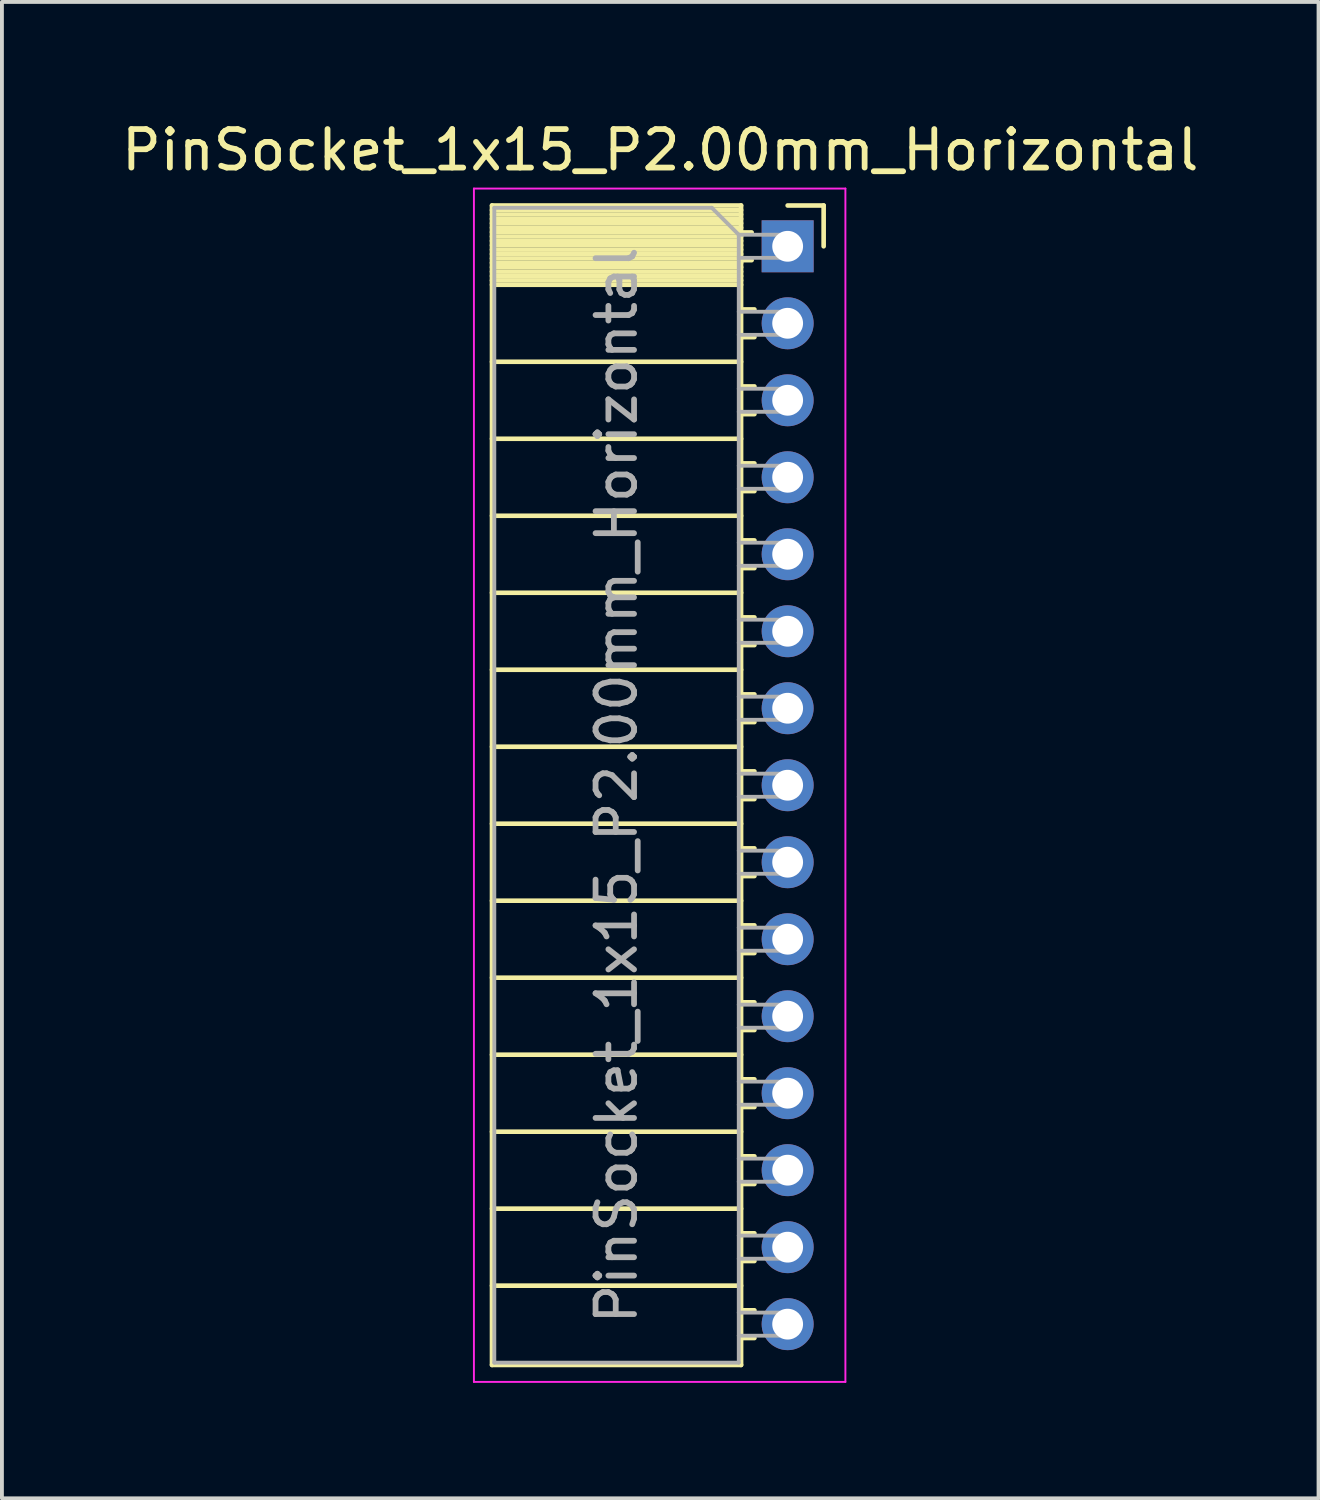
<source format=kicad_pcb>
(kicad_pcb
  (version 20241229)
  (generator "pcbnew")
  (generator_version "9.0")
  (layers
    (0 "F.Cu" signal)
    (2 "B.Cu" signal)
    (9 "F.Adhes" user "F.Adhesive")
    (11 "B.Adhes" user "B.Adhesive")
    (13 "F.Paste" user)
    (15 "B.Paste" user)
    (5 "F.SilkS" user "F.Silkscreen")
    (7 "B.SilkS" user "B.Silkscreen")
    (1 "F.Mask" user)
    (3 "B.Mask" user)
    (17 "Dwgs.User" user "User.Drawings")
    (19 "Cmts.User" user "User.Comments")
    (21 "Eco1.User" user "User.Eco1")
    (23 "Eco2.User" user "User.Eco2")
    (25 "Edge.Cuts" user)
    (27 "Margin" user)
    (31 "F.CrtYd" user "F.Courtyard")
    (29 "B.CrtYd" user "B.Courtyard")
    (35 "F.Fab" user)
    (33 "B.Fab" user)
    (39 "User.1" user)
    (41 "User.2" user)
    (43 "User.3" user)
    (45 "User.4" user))
  (footprint "PinSocket_1x15_P2.00mm_Horizontal"
    (layer "F.Cu")
    (at 17.411 3.348)
    (property "Reference" "PinSocket_1x15_P2.00mm_Horizontal" (at -3.31 -2.5 0) (layer "F.SilkS") (effects (font (size 1 1) (thickness 0.15))))
    (attr through_hole)
    (fp_line (start -7.68 -1.06) (end -7.68 29.06) (stroke (width 0.12) (type solid)) (layer "F.SilkS"))
    (fp_line (start -7.68 -1.06) (end -1.21 -1.06) (stroke (width 0.12) (type solid)) (layer "F.SilkS"))
    (fp_line (start -7.68 -0.94) (end -1.21 -0.94) (stroke (width 0.12) (type solid)) (layer "F.SilkS"))
    (fp_line (start -7.68 -0.826) (end -1.21 -0.826) (stroke (width 0.12) (type solid)) (layer "F.SilkS"))
    (fp_line (start -7.68 -0.712) (end -1.21 -0.712) (stroke (width 0.12) (type solid)) (layer "F.SilkS"))
    (fp_line (start -7.68 -0.598) (end -1.21 -0.598) (stroke (width 0.12) (type solid)) (layer "F.SilkS"))
    (fp_line (start -7.68 -0.484) (end -1.21 -0.484) (stroke (width 0.12) (type solid)) (layer "F.SilkS"))
    (fp_line (start -7.68 -0.369) (end -1.21 -0.369) (stroke (width 0.12) (type solid)) (layer "F.SilkS"))
    (fp_line (start -7.68 -0.255) (end -1.21 -0.255) (stroke (width 0.12) (type solid)) (layer "F.SilkS"))
    (fp_line (start -7.68 -0.141) (end -1.21 -0.141) (stroke (width 0.12) (type solid)) (layer "F.SilkS"))
    (fp_line (start -7.68 -0.027) (end -1.21 -0.027) (stroke (width 0.12) (type solid)) (layer "F.SilkS"))
    (fp_line (start -7.68 0.087) (end -1.21 0.087) (stroke (width 0.12) (type solid)) (layer "F.SilkS"))
    (fp_line (start -7.68 0.201) (end -1.21 0.201) (stroke (width 0.12) (type solid)) (layer "F.SilkS"))
    (fp_line (start -7.68 0.315) (end -1.21 0.315) (stroke (width 0.12) (type solid)) (layer "F.SilkS"))
    (fp_line (start -7.68 0.429) (end -1.21 0.429) (stroke (width 0.12) (type solid)) (layer "F.SilkS"))
    (fp_line (start -7.68 0.544) (end -1.21 0.544) (stroke (width 0.12) (type solid)) (layer "F.SilkS"))
    (fp_line (start -7.68 0.658) (end -1.21 0.658) (stroke (width 0.12) (type solid)) (layer "F.SilkS"))
    (fp_line (start -7.68 0.772) (end -1.21 0.772) (stroke (width 0.12) (type solid)) (layer "F.SilkS"))
    (fp_line (start -7.68 0.886) (end -1.21 0.886) (stroke (width 0.12) (type solid)) (layer "F.SilkS"))
    (fp_line (start -7.68 1) (end -1.21 1) (stroke (width 0.12) (type solid)) (layer "F.SilkS"))
    (fp_line (start -7.68 3) (end -1.21 3) (stroke (width 0.12) (type solid)) (layer "F.SilkS"))
    (fp_line (start -7.68 5) (end -1.21 5) (stroke (width 0.12) (type solid)) (layer "F.SilkS"))
    (fp_line (start -7.68 7) (end -1.21 7) (stroke (width 0.12) (type solid)) (layer "F.SilkS"))
    (fp_line (start -7.68 9) (end -1.21 9) (stroke (width 0.12) (type solid)) (layer "F.SilkS"))
    (fp_line (start -7.68 11) (end -1.21 11) (stroke (width 0.12) (type solid)) (layer "F.SilkS"))
    (fp_line (start -7.68 13) (end -1.21 13) (stroke (width 0.12) (type solid)) (layer "F.SilkS"))
    (fp_line (start -7.68 15) (end -1.21 15) (stroke (width 0.12) (type solid)) (layer "F.SilkS"))
    (fp_line (start -7.68 17) (end -1.21 17) (stroke (width 0.12) (type solid)) (layer "F.SilkS"))
    (fp_line (start -7.68 19) (end -1.21 19) (stroke (width 0.12) (type solid)) (layer "F.SilkS"))
    (fp_line (start -7.68 21) (end -1.21 21) (stroke (width 0.12) (type solid)) (layer "F.SilkS"))
    (fp_line (start -7.68 23) (end -1.21 23) (stroke (width 0.12) (type solid)) (layer "F.SilkS"))
    (fp_line (start -7.68 25) (end -1.21 25) (stroke (width 0.12) (type solid)) (layer "F.SilkS"))
    (fp_line (start -7.68 27) (end -1.21 27) (stroke (width 0.12) (type solid)) (layer "F.SilkS"))
    (fp_line (start -7.68 29.06) (end -1.21 29.06) (stroke (width 0.12) (type solid)) (layer "F.SilkS"))
    (fp_line (start -1.21 -1.06) (end -1.21 29.06) (stroke (width 0.12) (type solid)) (layer "F.SilkS"))
    (fp_line (start -1.21 -0.36) (end -0.935 -0.36) (stroke (width 0.12) (type solid)) (layer "F.SilkS"))
    (fp_line (start -1.21 0.36) (end -0.935 0.36) (stroke (width 0.12) (type solid)) (layer "F.SilkS"))
    (fp_line (start -1.21 1.64) (end -0.863 1.64) (stroke (width 0.12) (type solid)) (layer "F.SilkS"))
    (fp_line (start -1.21 2.36) (end -0.863 2.36) (stroke (width 0.12) (type solid)) (layer "F.SilkS"))
    (fp_line (start -1.21 3.64) (end -0.863 3.64) (stroke (width 0.12) (type solid)) (layer "F.SilkS"))
    (fp_line (start -1.21 4.36) (end -0.863 4.36) (stroke (width 0.12) (type solid)) (layer "F.SilkS"))
    (fp_line (start -1.21 5.64) (end -0.863 5.64) (stroke (width 0.12) (type solid)) (layer "F.SilkS"))
    (fp_line (start -1.21 6.36) (end -0.863 6.36) (stroke (width 0.12) (type solid)) (layer "F.SilkS"))
    (fp_line (start -1.21 7.64) (end -0.863 7.64) (stroke (width 0.12) (type solid)) (layer "F.SilkS"))
    (fp_line (start -1.21 8.36) (end -0.863 8.36) (stroke (width 0.12) (type solid)) (layer "F.SilkS"))
    (fp_line (start -1.21 9.64) (end -0.863 9.64) (stroke (width 0.12) (type solid)) (layer "F.SilkS"))
    (fp_line (start -1.21 10.36) (end -0.863 10.36) (stroke (width 0.12) (type solid)) (layer "F.SilkS"))
    (fp_line (start -1.21 11.64) (end -0.863 11.64) (stroke (width 0.12) (type solid)) (layer "F.SilkS"))
    (fp_line (start -1.21 12.36) (end -0.863 12.36) (stroke (width 0.12) (type solid)) (layer "F.SilkS"))
    (fp_line (start -1.21 13.64) (end -0.863 13.64) (stroke (width 0.12) (type solid)) (layer "F.SilkS"))
    (fp_line (start -1.21 14.36) (end -0.863 14.36) (stroke (width 0.12) (type solid)) (layer "F.SilkS"))
    (fp_line (start -1.21 15.64) (end -0.863 15.64) (stroke (width 0.12) (type solid)) (layer "F.SilkS"))
    (fp_line (start -1.21 16.36) (end -0.863 16.36) (stroke (width 0.12) (type solid)) (layer "F.SilkS"))
    (fp_line (start -1.21 17.64) (end -0.863 17.64) (stroke (width 0.12) (type solid)) (layer "F.SilkS"))
    (fp_line (start -1.21 18.36) (end -0.863 18.36) (stroke (width 0.12) (type solid)) (layer "F.SilkS"))
    (fp_line (start -1.21 19.64) (end -0.863 19.64) (stroke (width 0.12) (type solid)) (layer "F.SilkS"))
    (fp_line (start -1.21 20.36) (end -0.863 20.36) (stroke (width 0.12) (type solid)) (layer "F.SilkS"))
    (fp_line (start -1.21 21.64) (end -0.863 21.64) (stroke (width 0.12) (type solid)) (layer "F.SilkS"))
    (fp_line (start -1.21 22.36) (end -0.863 22.36) (stroke (width 0.12) (type solid)) (layer "F.SilkS"))
    (fp_line (start -1.21 23.64) (end -0.863 23.64) (stroke (width 0.12) (type solid)) (layer "F.SilkS"))
    (fp_line (start -1.21 24.36) (end -0.863 24.36) (stroke (width 0.12) (type solid)) (layer "F.SilkS"))
    (fp_line (start -1.21 25.64) (end -0.863 25.64) (stroke (width 0.12) (type solid)) (layer "F.SilkS"))
    (fp_line (start -1.21 26.36) (end -0.863 26.36) (stroke (width 0.12) (type solid)) (layer "F.SilkS"))
    (fp_line (start -1.21 27.64) (end -0.863 27.64) (stroke (width 0.12) (type solid)) (layer "F.SilkS"))
    (fp_line (start -1.21 28.36) (end -0.863 28.36) (stroke (width 0.12) (type solid)) (layer "F.SilkS"))
    (fp_line (start 0 -1.06) (end 0.935 -1.06) (stroke (width 0.12) (type solid)) (layer "F.SilkS"))
    (fp_line (start 0.935 -1.06) (end 0.935 0) (stroke (width 0.12) (type solid)) (layer "F.SilkS"))
    (fp_line (start -8.15 -1.5) (end -8.15 29.5) (stroke (width 0.05) (type solid)) (layer "F.CrtYd"))
    (fp_line (start -8.15 29.5) (end 1.5 29.5) (stroke (width 0.05) (type solid)) (layer "F.CrtYd"))
    (fp_line (start 1.5 -1.5) (end -8.15 -1.5) (stroke (width 0.05) (type solid)) (layer "F.CrtYd"))
    (fp_line (start 1.5 29.5) (end 1.5 -1.5) (stroke (width 0.05) (type solid)) (layer "F.CrtYd"))
    (fp_line (start -7.62 -1) (end -1.97 -1) (stroke (width 0.1) (type solid)) (layer "F.Fab"))
    (fp_line (start -7.62 29) (end -7.62 -1) (stroke (width 0.1) (type solid)) (layer "F.Fab"))
    (fp_line (start -1.97 -1) (end -1.27 -0.3) (stroke (width 0.1) (type solid)) (layer "F.Fab"))
    (fp_line (start -1.27 -0.3) (end -1.27 29) (stroke (width 0.1) (type solid)) (layer "F.Fab"))
    (fp_line (start -1.27 0.3) (end 0 0.3) (stroke (width 0.1) (type solid)) (layer "F.Fab"))
    (fp_line (start -1.27 2.3) (end 0 2.3) (stroke (width 0.1) (type solid)) (layer "F.Fab"))
    (fp_line (start -1.27 4.3) (end 0 4.3) (stroke (width 0.1) (type solid)) (layer "F.Fab"))
    (fp_line (start -1.27 6.3) (end 0 6.3) (stroke (width 0.1) (type solid)) (layer "F.Fab"))
    (fp_line (start -1.27 8.3) (end 0 8.3) (stroke (width 0.1) (type solid)) (layer "F.Fab"))
    (fp_line (start -1.27 10.3) (end 0 10.3) (stroke (width 0.1) (type solid)) (layer "F.Fab"))
    (fp_line (start -1.27 12.3) (end 0 12.3) (stroke (width 0.1) (type solid)) (layer "F.Fab"))
    (fp_line (start -1.27 14.3) (end 0 14.3) (stroke (width 0.1) (type solid)) (layer "F.Fab"))
    (fp_line (start -1.27 16.3) (end 0 16.3) (stroke (width 0.1) (type solid)) (layer "F.Fab"))
    (fp_line (start -1.27 18.3) (end 0 18.3) (stroke (width 0.1) (type solid)) (layer "F.Fab"))
    (fp_line (start -1.27 20.3) (end 0 20.3) (stroke (width 0.1) (type solid)) (layer "F.Fab"))
    (fp_line (start -1.27 22.3) (end 0 22.3) (stroke (width 0.1) (type solid)) (layer "F.Fab"))
    (fp_line (start -1.27 24.3) (end 0 24.3) (stroke (width 0.1) (type solid)) (layer "F.Fab"))
    (fp_line (start -1.27 26.3) (end 0 26.3) (stroke (width 0.1) (type solid)) (layer "F.Fab"))
    (fp_line (start -1.27 28.3) (end 0 28.3) (stroke (width 0.1) (type solid)) (layer "F.Fab"))
    (fp_line (start -1.27 29) (end -7.62 29) (stroke (width 0.1) (type solid)) (layer "F.Fab"))
    (fp_line (start 0 -0.3) (end -1.27 -0.3) (stroke (width 0.1) (type solid)) (layer "F.Fab"))
    (fp_line (start 0 0.3) (end 0 -0.3) (stroke (width 0.1) (type solid)) (layer "F.Fab"))
    (fp_line (start 0 1.7) (end -1.27 1.7) (stroke (width 0.1) (type solid)) (layer "F.Fab"))
    (fp_line (start 0 2.3) (end 0 1.7) (stroke (width 0.1) (type solid)) (layer "F.Fab"))
    (fp_line (start 0 3.7) (end -1.27 3.7) (stroke (width 0.1) (type solid)) (layer "F.Fab"))
    (fp_line (start 0 4.3) (end 0 3.7) (stroke (width 0.1) (type solid)) (layer "F.Fab"))
    (fp_line (start 0 5.7) (end -1.27 5.7) (stroke (width 0.1) (type solid)) (layer "F.Fab"))
    (fp_line (start 0 6.3) (end 0 5.7) (stroke (width 0.1) (type solid)) (layer "F.Fab"))
    (fp_line (start 0 7.7) (end -1.27 7.7) (stroke (width 0.1) (type solid)) (layer "F.Fab"))
    (fp_line (start 0 8.3) (end 0 7.7) (stroke (width 0.1) (type solid)) (layer "F.Fab"))
    (fp_line (start 0 9.7) (end -1.27 9.7) (stroke (width 0.1) (type solid)) (layer "F.Fab"))
    (fp_line (start 0 10.3) (end 0 9.7) (stroke (width 0.1) (type solid)) (layer "F.Fab"))
    (fp_line (start 0 11.7) (end -1.27 11.7) (stroke (width 0.1) (type solid)) (layer "F.Fab"))
    (fp_line (start 0 12.3) (end 0 11.7) (stroke (width 0.1) (type solid)) (layer "F.Fab"))
    (fp_line (start 0 13.7) (end -1.27 13.7) (stroke (width 0.1) (type solid)) (layer "F.Fab"))
    (fp_line (start 0 14.3) (end 0 13.7) (stroke (width 0.1) (type solid)) (layer "F.Fab"))
    (fp_line (start 0 15.7) (end -1.27 15.7) (stroke (width 0.1) (type solid)) (layer "F.Fab"))
    (fp_line (start 0 16.3) (end 0 15.7) (stroke (width 0.1) (type solid)) (layer "F.Fab"))
    (fp_line (start 0 17.7) (end -1.27 17.7) (stroke (width 0.1) (type solid)) (layer "F.Fab"))
    (fp_line (start 0 18.3) (end 0 17.7) (stroke (width 0.1) (type solid)) (layer "F.Fab"))
    (fp_line (start 0 19.7) (end -1.27 19.7) (stroke (width 0.1) (type solid)) (layer "F.Fab"))
    (fp_line (start 0 20.3) (end 0 19.7) (stroke (width 0.1) (type solid)) (layer "F.Fab"))
    (fp_line (start 0 21.7) (end -1.27 21.7) (stroke (width 0.1) (type solid)) (layer "F.Fab"))
    (fp_line (start 0 22.3) (end 0 21.7) (stroke (width 0.1) (type solid)) (layer "F.Fab"))
    (fp_line (start 0 23.7) (end -1.27 23.7) (stroke (width 0.1) (type solid)) (layer "F.Fab"))
    (fp_line (start 0 24.3) (end 0 23.7) (stroke (width 0.1) (type solid)) (layer "F.Fab"))
    (fp_line (start 0 25.7) (end -1.27 25.7) (stroke (width 0.1) (type solid)) (layer "F.Fab"))
    (fp_line (start 0 26.3) (end 0 25.7) (stroke (width 0.1) (type solid)) (layer "F.Fab"))
    (fp_line (start 0 27.7) (end -1.27 27.7) (stroke (width 0.1) (type solid)) (layer "F.Fab"))
    (fp_line (start 0 28.3) (end 0 27.7) (stroke (width 0.1) (type solid)) (layer "F.Fab"))
    (fp_text user "${REFERENCE}" (at -4.445 14 90) (layer "F.Fab") (effects (font (size 1 1) (thickness 0.15))))
    (pad "1" thru_hole rect (at 0 0) (size 1.35 1.35) (drill 0.8) (layers "*.Cu" "*.Mask"))
    (pad "2" thru_hole circle (at 0 2) (size 1.35 1.35) (drill 0.8) (layers "*.Cu" "*.Mask"))
    (pad "3" thru_hole circle (at 0 4) (size 1.35 1.35) (drill 0.8) (layers "*.Cu" "*.Mask"))
    (pad "4" thru_hole circle (at 0 6) (size 1.35 1.35) (drill 0.8) (layers "*.Cu" "*.Mask"))
    (pad "5" thru_hole circle (at 0 8) (size 1.35 1.35) (drill 0.8) (layers "*.Cu" "*.Mask"))
    (pad "6" thru_hole circle (at 0 10) (size 1.35 1.35) (drill 0.8) (layers "*.Cu" "*.Mask"))
    (pad "7" thru_hole circle (at 0 12) (size 1.35 1.35) (drill 0.8) (layers "*.Cu" "*.Mask"))
    (pad "8" thru_hole circle (at 0 14) (size 1.35 1.35) (drill 0.8) (layers "*.Cu" "*.Mask"))
    (pad "9" thru_hole circle (at 0 16) (size 1.35 1.35) (drill 0.8) (layers "*.Cu" "*.Mask"))
    (pad "10" thru_hole circle (at 0 18) (size 1.35 1.35) (drill 0.8) (layers "*.Cu" "*.Mask"))
    (pad "11" thru_hole circle (at 0 20) (size 1.35 1.35) (drill 0.8) (layers "*.Cu" "*.Mask"))
    (pad "12" thru_hole circle (at 0 22) (size 1.35 1.35) (drill 0.8) (layers "*.Cu" "*.Mask"))
    (pad "13" thru_hole circle (at 0 24) (size 1.35 1.35) (drill 0.8) (layers "*.Cu" "*.Mask"))
    (pad "14" thru_hole circle (at 0 26) (size 1.35 1.35) (drill 0.8) (layers "*.Cu" "*.Mask"))
    (pad "15" thru_hole circle (at 0 28) (size 1.35 1.35) (drill 0.8) (layers "*.Cu" "*.Mask")))
  (gr_rect
    (start -3 -3)
    (end 31.202 35.873)
    (stroke (width 0.1) (type default))
    (fill no)
    (layer "Edge.Cuts")))
</source>
